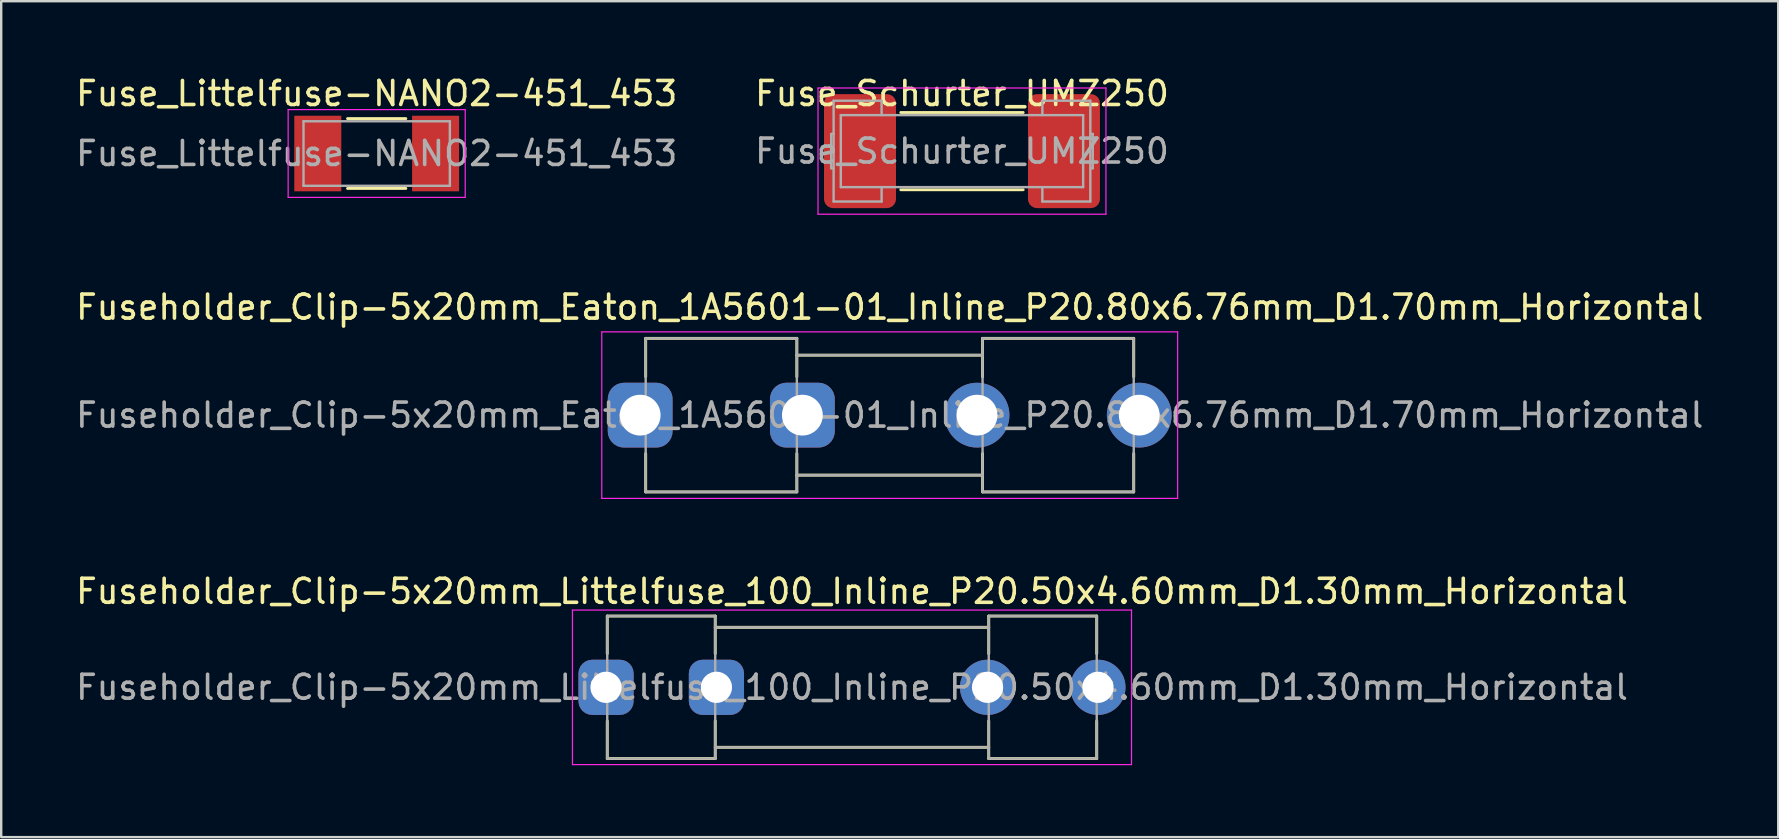
<source format=kicad_pcb>
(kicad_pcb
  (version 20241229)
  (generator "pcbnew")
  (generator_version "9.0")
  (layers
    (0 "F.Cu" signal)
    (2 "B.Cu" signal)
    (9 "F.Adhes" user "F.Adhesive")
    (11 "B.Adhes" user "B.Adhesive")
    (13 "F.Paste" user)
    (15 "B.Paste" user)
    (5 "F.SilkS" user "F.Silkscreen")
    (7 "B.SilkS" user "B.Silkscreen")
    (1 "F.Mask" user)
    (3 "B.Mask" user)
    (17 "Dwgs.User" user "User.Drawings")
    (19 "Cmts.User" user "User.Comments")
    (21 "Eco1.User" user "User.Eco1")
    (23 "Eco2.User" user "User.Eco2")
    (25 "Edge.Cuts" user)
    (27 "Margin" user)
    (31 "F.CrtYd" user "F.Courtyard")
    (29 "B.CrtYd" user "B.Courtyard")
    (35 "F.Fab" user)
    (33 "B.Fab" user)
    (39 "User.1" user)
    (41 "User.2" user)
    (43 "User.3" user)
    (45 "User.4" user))
  (footprint "Fuse_Littelfuse-NANO2-451_453"
    (layer "F.Cu")
    (at 12.649 3.348)
    (property "Reference" "Fuse_Littelfuse-NANO2-451_453" (at 0 -2.5 0) (unlocked yes) (layer "F.SilkS") (effects (font (size 1 1) (thickness 0.15))))
    (attr smd)
    (fp_line (start -1.215 -1.455) (end 1.215 -1.455) (stroke (width 0.12) (type solid)) (layer "F.SilkS"))
    (fp_line (start -1.215 1.455) (end 1.215 1.455) (stroke (width 0.12) (type solid)) (layer "F.SilkS"))
    (fp_line (start -3.69 -1.83) (end 3.69 -1.83) (stroke (width 0.05) (type solid)) (layer "F.CrtYd"))
    (fp_line (start -3.69 1.83) (end -3.69 -1.83) (stroke (width 0.05) (type solid)) (layer "F.CrtYd"))
    (fp_line (start 3.69 -1.83) (end 3.69 1.83) (stroke (width 0.05) (type solid)) (layer "F.CrtYd"))
    (fp_line (start 3.69 1.83) (end -3.69 1.83) (stroke (width 0.05) (type solid)) (layer "F.CrtYd"))
    (fp_line (start -3.05 -1.345) (end -3.05 1.345) (stroke (width 0.1) (type solid)) (layer "F.Fab"))
    (fp_line (start -3.05 -1.345) (end 3.05 -1.345) (stroke (width 0.1) (type solid)) (layer "F.Fab"))
    (fp_line (start -3.05 1.345) (end 3.05 1.345) (stroke (width 0.1) (type solid)) (layer "F.Fab"))
    (fp_line (start 3.05 1.345) (end 3.05 -1.345) (stroke (width 0.1) (type solid)) (layer "F.Fab"))
    (fp_text user "${REFERENCE}" (at 0 0 0) (layer "F.Fab") (effects (font (size 1 1) (thickness 0.15))))
    (pad "1" smd rect (at -2.455 0) (size 1.96 3.15) (layers "F.Cu" "F.Mask" "F.Paste"))
    (pad "2" smd rect (at 2.455 0) (size 1.96 3.15) (layers "F.Cu" "F.Mask" "F.Paste")))
  (footprint "Fuseholder_Clip-5x20mm_Littelfuse_100_Inline_P20.50x4.60mm_D1.30mm_Horizontal"
    (layer "F.Cu")
    (at 22.208 25.595)
    (property "Reference" "Fuseholder_Clip-5x20mm_Littelfuse_100_Inline_P20.50x4.60mm_D1.30mm_Horizontal" (at 10.25 -4 0) (layer "F.SilkS") (effects (font (size 1 1) (thickness 0.15))))
    (attr through_hole)
    (fp_line (start 0.05 -2.97) (end 0.05 -1.4) (stroke (width 0.12) (type solid)) (layer "F.SilkS"))
    (fp_line (start 0.05 2.97) (end 0.05 1.4) (stroke (width 0.12) (type solid)) (layer "F.SilkS"))
    (fp_line (start 4.55 -2.97) (end 0.05 -2.97) (stroke (width 0.12) (type solid)) (layer "F.SilkS"))
    (fp_line (start 4.55 -2.97) (end 4.55 -1.4) (stroke (width 0.12) (type solid)) (layer "F.SilkS"))
    (fp_line (start 4.55 2.97) (end 0.05 2.97) (stroke (width 0.12) (type solid)) (layer "F.SilkS"))
    (fp_line (start 4.55 2.97) (end 4.55 1.4) (stroke (width 0.12) (type solid)) (layer "F.SilkS"))
    (fp_line (start 15.95 -2.97) (end 15.95 -1.4) (stroke (width 0.12) (type solid)) (layer "F.SilkS"))
    (fp_line (start 15.95 -2.5) (end 4.55 -2.5) (stroke (width 0.12) (type solid)) (layer "F.SilkS"))
    (fp_line (start 15.95 2.5) (end 4.55 2.5) (stroke (width 0.12) (type solid)) (layer "F.SilkS"))
    (fp_line (start 15.95 2.97) (end 15.95 1.4) (stroke (width 0.12) (type solid)) (layer "F.SilkS"))
    (fp_line (start 15.95 2.97) (end 20.45 2.97) (stroke (width 0.12) (type solid)) (layer "F.SilkS"))
    (fp_line (start 20.45 -2.97) (end 15.95 -2.97) (stroke (width 0.12) (type solid)) (layer "F.SilkS"))
    (fp_line (start 20.45 -1.4) (end 20.45 -2.97) (stroke (width 0.12) (type solid)) (layer "F.SilkS"))
    (fp_line (start 20.45 1.4) (end 20.45 2.97) (stroke (width 0.12) (type solid)) (layer "F.SilkS"))
    (fp_line (start -1.4 -3.22) (end -1.4 3.22) (stroke (width 0.05) (type solid)) (layer "F.CrtYd"))
    (fp_line (start -1.4 -3.22) (end 21.9 -3.22) (stroke (width 0.05) (type solid)) (layer "F.CrtYd"))
    (fp_line (start 21.9 3.22) (end -1.4 3.22) (stroke (width 0.05) (type solid)) (layer "F.CrtYd"))
    (fp_line (start 21.9 3.22) (end 21.9 -3.22) (stroke (width 0.05) (type solid)) (layer "F.CrtYd"))
    (fp_line (start 0.05 -2.97) (end 4.55 -2.97) (stroke (width 0.1) (type solid)) (layer "F.Fab"))
    (fp_line (start 0.05 2.97) (end 0.05 -2.97) (stroke (width 0.1) (type solid)) (layer "F.Fab"))
    (fp_line (start 4.55 -2.97) (end 4.55 2.97) (stroke (width 0.1) (type solid)) (layer "F.Fab"))
    (fp_line (start 4.55 -2.5) (end 15.95 -2.5) (stroke (width 0.1) (type solid)) (layer "F.Fab"))
    (fp_line (start 4.55 2.97) (end 0.05 2.97) (stroke (width 0.1) (type solid)) (layer "F.Fab"))
    (fp_line (start 15.95 -2.97) (end 15.95 2.97) (stroke (width 0.1) (type solid)) (layer "F.Fab"))
    (fp_line (start 15.95 2.5) (end 4.55 2.5) (stroke (width 0.1) (type solid)) (layer "F.Fab"))
    (fp_line (start 15.95 2.97) (end 20.45 2.97) (stroke (width 0.1) (type solid)) (layer "F.Fab"))
    (fp_line (start 20.45 -2.97) (end 15.95 -2.97) (stroke (width 0.1) (type solid)) (layer "F.Fab"))
    (fp_line (start 20.45 2.97) (end 20.45 -2.97) (stroke (width 0.1) (type solid)) (layer "F.Fab"))
    (fp_text user "${REFERENCE}" (at 10.25 0 0) (layer "F.Fab") (effects (font (size 1 1) (thickness 0.15))))
    (pad "1" thru_hole roundrect (at 0 0) (size 2.3 2.3) (drill 1.3) (layers "*.Cu" "*.Mask") (roundrect_rratio 0.25))
    (pad "1" thru_hole roundrect (at 4.6 0) (size 2.3 2.3) (drill 1.3) (layers "*.Cu" "*.Mask") (roundrect_rratio 0.25))
    (pad "2" thru_hole circle (at 15.9 0) (size 2.3 2.3) (drill 1.3) (layers "*.Cu" "*.Mask"))
    (pad "2" thru_hole circle (at 20.5 0) (size 2.3 2.3) (drill 1.3) (layers "*.Cu" "*.Mask")))
  (footprint "Fuse_Schurter_UMZ250"
    (layer "F.Cu")
    (at 37.042 3.248)
    (property "Reference" "Fuse_Schurter_UMZ250" (at 0 -2.4 0) (layer "F.SilkS") (effects (font (size 1 1) (thickness 0.15))))
    (attr smd)
    (fp_line (start -2.55 -1.61) (end 2.55 -1.61) (stroke (width 0.12) (type solid)) (layer "F.SilkS"))
    (fp_line (start -2.55 1.61) (end 2.55 1.61) (stroke (width 0.12) (type solid)) (layer "F.SilkS"))
    (fp_line (start -6 2.63) (end -6 -2.63) (stroke (width 0.05) (type solid)) (layer "F.CrtYd"))
    (fp_line (start -6 2.63) (end 6 2.63) (stroke (width 0.05) (type solid)) (layer "F.CrtYd"))
    (fp_line (start 6 -2.63) (end -6 -2.63) (stroke (width 0.05) (type solid)) (layer "F.CrtYd"))
    (fp_line (start 6 2.63) (end 6 -2.63) (stroke (width 0.05) (type solid)) (layer "F.CrtYd"))
    (fp_line (start -5.45 0.715) (end -5.45 -0.715) (stroke (width 0.1) (type solid)) (layer "F.Fab"))
    (fp_line (start -5.35 -2.1) (end -5.35 2.1) (stroke (width 0.1) (type solid)) (layer "F.Fab"))
    (fp_line (start -5.35 -0.715) (end -5.45 -0.715) (stroke (width 0.1) (type solid)) (layer "F.Fab"))
    (fp_line (start -5.35 0.715) (end -5.45 0.715) (stroke (width 0.1) (type solid)) (layer "F.Fab"))
    (fp_line (start -5.35 2.1) (end -3.35 2.1) (stroke (width 0.1) (type solid)) (layer "F.Fab"))
    (fp_line (start -5.05 -1.5) (end 5.05 -1.5) (stroke (width 0.1) (type solid)) (layer "F.Fab"))
    (fp_line (start -5.05 1.5) (end -5.05 -1.5) (stroke (width 0.1) (type solid)) (layer "F.Fab"))
    (fp_line (start -3.35 -2.1) (end -5.35 -2.1) (stroke (width 0.1) (type solid)) (layer "F.Fab"))
    (fp_line (start -3.35 -1.5) (end -3.35 -2.1) (stroke (width 0.1) (type solid)) (layer "F.Fab"))
    (fp_line (start -3.35 2.1) (end -3.35 1.5) (stroke (width 0.1) (type solid)) (layer "F.Fab"))
    (fp_line (start 3.35 -2.1) (end 3.35 -1.5) (stroke (width 0.1) (type solid)) (layer "F.Fab"))
    (fp_line (start 3.35 1.5) (end 3.35 2.1) (stroke (width 0.1) (type solid)) (layer "F.Fab"))
    (fp_line (start 3.35 2.1) (end 5.35 2.1) (stroke (width 0.1) (type solid)) (layer "F.Fab"))
    (fp_line (start 5.05 -1.5) (end 5.05 1.5) (stroke (width 0.1) (type solid)) (layer "F.Fab"))
    (fp_line (start 5.05 1.5) (end -5.05 1.5) (stroke (width 0.1) (type solid)) (layer "F.Fab"))
    (fp_line (start 5.35 -2.1) (end 3.35 -2.1) (stroke (width 0.1) (type solid)) (layer "F.Fab"))
    (fp_line (start 5.35 -0.715) (end 5.45 -0.715) (stroke (width 0.1) (type solid)) (layer "F.Fab"))
    (fp_line (start 5.35 0.715) (end 5.45 0.715) (stroke (width 0.1) (type solid)) (layer "F.Fab"))
    (fp_line (start 5.35 2.1) (end 5.35 -2.1) (stroke (width 0.1) (type solid)) (layer "F.Fab"))
    (fp_line (start 5.45 -0.715) (end 5.45 0.715) (stroke (width 0.1) (type solid)) (layer "F.Fab"))
    (fp_text user "${REFERENCE}" (at 0 0 0) (layer "F.Fab") (effects (font (size 1 1) (thickness 0.15))))
    (pad "1" smd roundrect (at -4.25 0) (size 3 4.75) (layers "F.Cu" "F.Mask" "F.Paste") (roundrect_rratio 0.125))
    (pad "2" smd roundrect (at 4.25 0) (size 3 4.75) (layers "F.Cu" "F.Mask" "F.Paste") (roundrect_rratio 0.125)))
  (footprint "Fuseholder_Clip-5x20mm_Eaton_1A5601-01_Inline_P20.80x6.76mm_D1.70mm_Horizontal"
    (layer "F.Cu")
    (at 23.63 14.252)
    (property "Reference" "Fuseholder_Clip-5x20mm_Eaton_1A5601-01_Inline_P20.80x6.76mm_D1.70mm_Horizontal" (at 10.4 -4.5 0) (layer "F.SilkS") (effects (font (size 1 1) (thickness 0.15))))
    (attr through_hole)
    (fp_line (start 0.23 -3.2) (end 0.23 -1.6) (stroke (width 0.12) (type solid)) (layer "F.SilkS"))
    (fp_line (start 0.23 3.2) (end 0.23 1.6) (stroke (width 0.12) (type solid)) (layer "F.SilkS"))
    (fp_line (start 6.53 -3.2) (end 0.23 -3.2) (stroke (width 0.12) (type solid)) (layer "F.SilkS"))
    (fp_line (start 6.53 -3.2) (end 6.53 -1.6) (stroke (width 0.12) (type solid)) (layer "F.SilkS"))
    (fp_line (start 6.53 3.2) (end 0.23 3.2) (stroke (width 0.12) (type solid)) (layer "F.SilkS"))
    (fp_line (start 6.53 3.2) (end 6.53 1.6) (stroke (width 0.12) (type solid)) (layer "F.SilkS"))
    (fp_line (start 14.27 -3.2) (end 14.27 -1.6) (stroke (width 0.12) (type solid)) (layer "F.SilkS"))
    (fp_line (start 14.27 -2.5) (end 6.53 -2.5) (stroke (width 0.12) (type solid)) (layer "F.SilkS"))
    (fp_line (start 14.27 2.5) (end 6.53 2.5) (stroke (width 0.12) (type solid)) (layer "F.SilkS"))
    (fp_line (start 14.27 3.2) (end 14.27 1.6) (stroke (width 0.12) (type solid)) (layer "F.SilkS"))
    (fp_line (start 14.27 3.2) (end 20.57 3.2) (stroke (width 0.12) (type solid)) (layer "F.SilkS"))
    (fp_line (start 20.57 -3.2) (end 14.27 -3.2) (stroke (width 0.12) (type solid)) (layer "F.SilkS"))
    (fp_line (start 20.57 -1.6) (end 20.57 -3.2) (stroke (width 0.12) (type solid)) (layer "F.SilkS"))
    (fp_line (start 20.57 1.6) (end 20.57 3.2) (stroke (width 0.12) (type solid)) (layer "F.SilkS"))
    (fp_line (start -1.6 -3.47) (end -1.6 3.47) (stroke (width 0.05) (type solid)) (layer "F.CrtYd"))
    (fp_line (start -1.6 -3.47) (end 22.4 -3.47) (stroke (width 0.05) (type solid)) (layer "F.CrtYd"))
    (fp_line (start 22.4 3.47) (end -1.6 3.47) (stroke (width 0.05) (type solid)) (layer "F.CrtYd"))
    (fp_line (start 22.4 3.47) (end 22.4 -3.47) (stroke (width 0.05) (type solid)) (layer "F.CrtYd"))
    (fp_line (start 0.23 -3.2) (end 6.53 -3.2) (stroke (width 0.1) (type solid)) (layer "F.Fab"))
    (fp_line (start 0.23 3.2) (end 0.23 -3.2) (stroke (width 0.1) (type solid)) (layer "F.Fab"))
    (fp_line (start 6.53 -3.2) (end 6.53 3.2) (stroke (width 0.1) (type solid)) (layer "F.Fab"))
    (fp_line (start 6.53 -2.5) (end 14.27 -2.5) (stroke (width 0.1) (type solid)) (layer "F.Fab"))
    (fp_line (start 6.53 3.2) (end 0.23 3.2) (stroke (width 0.1) (type solid)) (layer "F.Fab"))
    (fp_line (start 14.27 -3.2) (end 14.27 3.2) (stroke (width 0.1) (type solid)) (layer "F.Fab"))
    (fp_line (start 14.27 2.5) (end 6.53 2.5) (stroke (width 0.1) (type solid)) (layer "F.Fab"))
    (fp_line (start 14.27 3.2) (end 20.57 3.2) (stroke (width 0.1) (type solid)) (layer "F.Fab"))
    (fp_line (start 20.57 -3.2) (end 14.27 -3.2) (stroke (width 0.1) (type solid)) (layer "F.Fab"))
    (fp_line (start 20.57 3.2) (end 20.57 -3.2) (stroke (width 0.1) (type solid)) (layer "F.Fab"))
    (fp_text user "${REFERENCE}" (at 10.4 0 0) (layer "F.Fab") (effects (font (size 1 1) (thickness 0.15))))
    (pad "1" thru_hole roundrect (at 0 0) (size 2.7 2.7) (drill 1.7) (layers "*.Cu" "*.Mask") (roundrect_rratio 0.25))
    (pad "1" thru_hole roundrect (at 6.76 0) (size 2.7 2.7) (drill 1.7) (layers "*.Cu" "*.Mask") (roundrect_rratio 0.25))
    (pad "2" thru_hole circle (at 14.04 0) (size 2.7 2.7) (drill 1.7) (layers "*.Cu" "*.Mask"))
    (pad "2" thru_hole circle (at 20.8 0) (size 2.7 2.7) (drill 1.7) (layers "*.Cu" "*.Mask")))
  (gr_rect
    (start -3 -3)
    (end 71.06 31.84)
    (stroke (width 0.1) (type default))
    (fill no)
    (layer "Edge.Cuts")))
</source>
